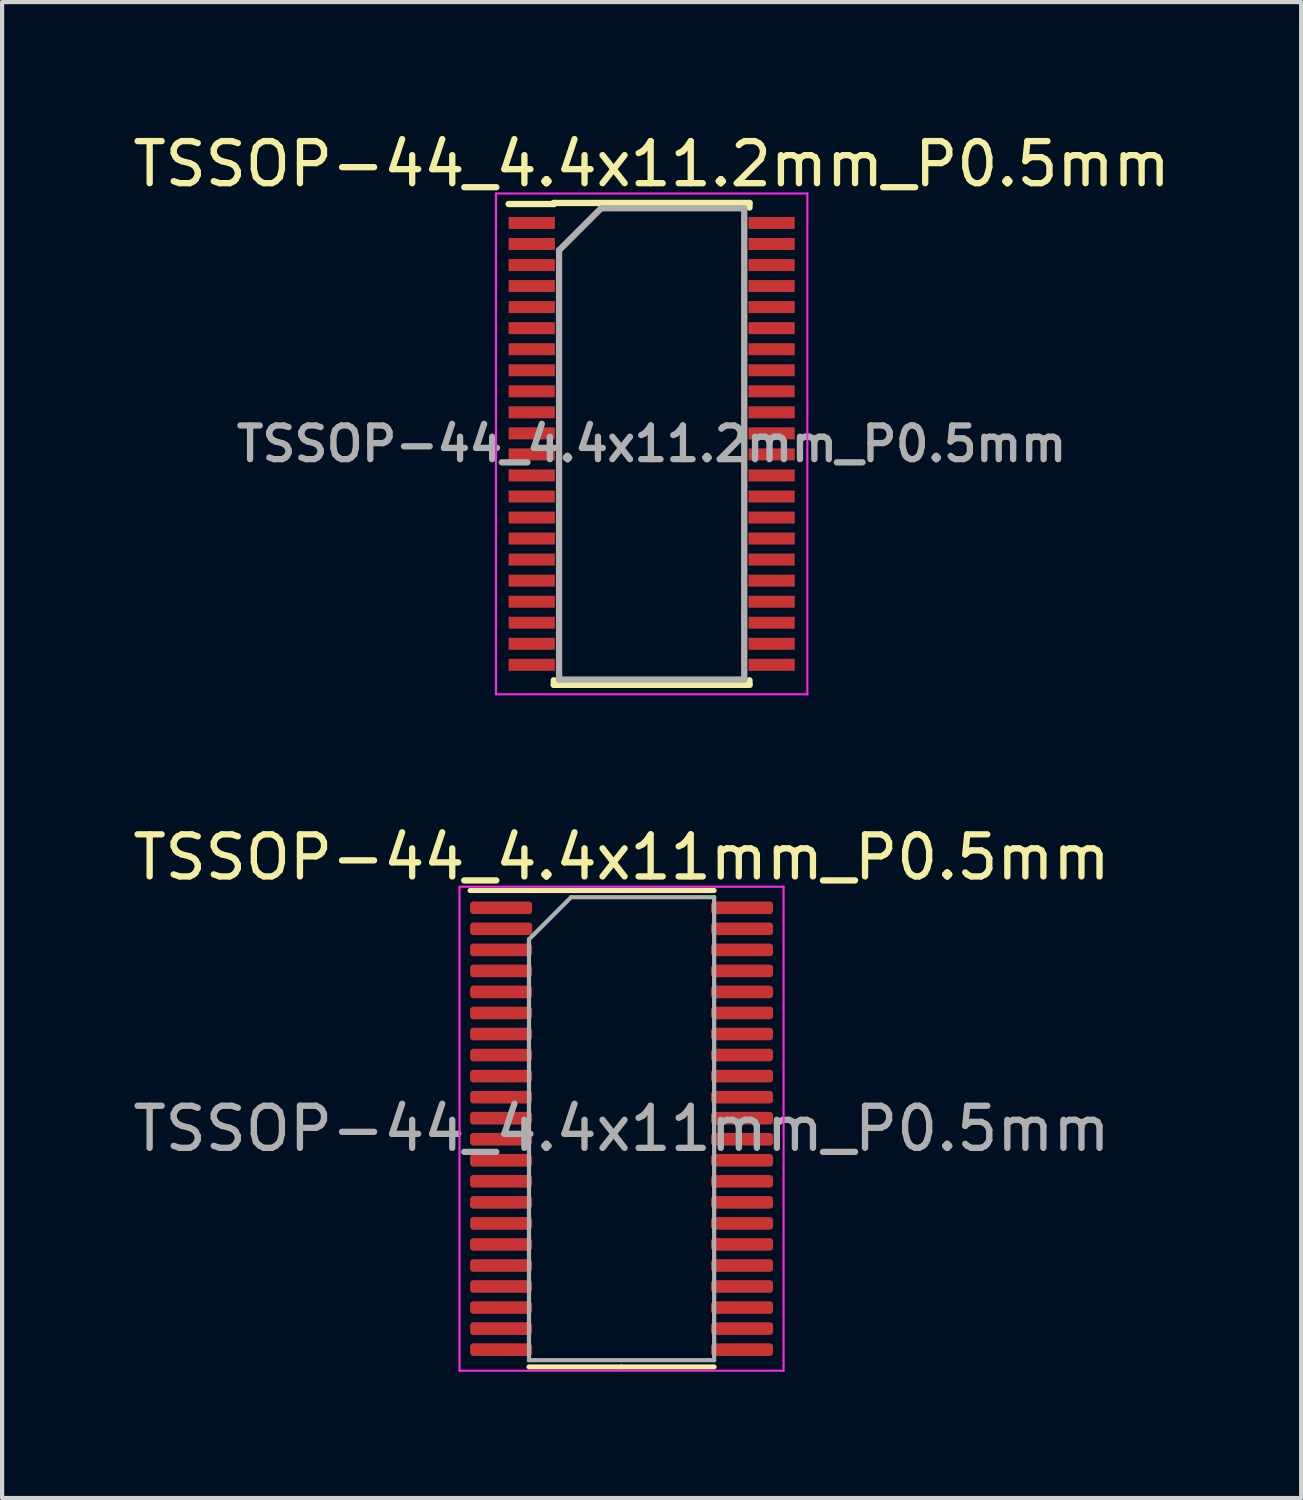
<source format=kicad_pcb>
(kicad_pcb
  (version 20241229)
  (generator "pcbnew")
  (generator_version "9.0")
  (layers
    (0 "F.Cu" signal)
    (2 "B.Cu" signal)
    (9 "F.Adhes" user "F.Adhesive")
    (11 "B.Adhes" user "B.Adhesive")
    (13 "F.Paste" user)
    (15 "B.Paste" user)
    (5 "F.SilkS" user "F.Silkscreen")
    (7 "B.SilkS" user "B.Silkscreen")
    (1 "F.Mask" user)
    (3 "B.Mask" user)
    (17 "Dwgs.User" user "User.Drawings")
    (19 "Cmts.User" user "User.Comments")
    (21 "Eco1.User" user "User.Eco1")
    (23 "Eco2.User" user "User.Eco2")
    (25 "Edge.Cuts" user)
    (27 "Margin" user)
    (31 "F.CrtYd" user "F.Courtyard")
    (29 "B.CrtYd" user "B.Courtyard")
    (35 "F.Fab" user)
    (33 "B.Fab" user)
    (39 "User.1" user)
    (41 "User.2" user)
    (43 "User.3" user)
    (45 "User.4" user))
  (footprint "TSSOP-44_4.4x11.2mm_P0.5mm"
    (layer "F.Cu")
    (at 12.435 7.498)
    (property "Reference" "TSSOP-44_4.4x11.2mm_P0.5mm" (at 0 -6.65 0) (layer "F.SilkS") (effects (font (size 1 1) (thickness 0.15))))
    (attr smd)
    (fp_line (start -2.325 -5.725) (end -2.325 -5.7) (stroke (width 0.15) (type solid)) (layer "F.SilkS"))
    (fp_line (start -2.325 -5.725) (end 2.325 -5.725) (stroke (width 0.15) (type solid)) (layer "F.SilkS"))
    (fp_line (start -2.325 -5.7) (end -3.4 -5.7) (stroke (width 0.15) (type solid)) (layer "F.SilkS"))
    (fp_line (start -2.325 5.725) (end -2.325 5.617) (stroke (width 0.15) (type solid)) (layer "F.SilkS"))
    (fp_line (start -2.325 5.725) (end 2.325 5.725) (stroke (width 0.15) (type solid)) (layer "F.SilkS"))
    (fp_line (start 2.325 -5.725) (end 2.325 -5.617) (stroke (width 0.15) (type solid)) (layer "F.SilkS"))
    (fp_line (start 2.325 5.725) (end 2.325 5.617) (stroke (width 0.15) (type solid)) (layer "F.SilkS"))
    (fp_line (start -3.7 -5.95) (end -3.7 5.95) (stroke (width 0.05) (type solid)) (layer "F.CrtYd"))
    (fp_line (start -3.7 -5.95) (end 3.7 -5.95) (stroke (width 0.05) (type solid)) (layer "F.CrtYd"))
    (fp_line (start -3.7 5.95) (end 3.7 5.95) (stroke (width 0.05) (type solid)) (layer "F.CrtYd"))
    (fp_line (start 3.7 -5.95) (end 3.7 5.95) (stroke (width 0.05) (type solid)) (layer "F.CrtYd"))
    (fp_line (start -2.2 -4.6) (end -1.2 -5.6) (stroke (width 0.15) (type solid)) (layer "F.Fab"))
    (fp_line (start -2.2 5.6) (end -2.2 -4.6) (stroke (width 0.15) (type solid)) (layer "F.Fab"))
    (fp_line (start -1.2 -5.6) (end 2.2 -5.6) (stroke (width 0.15) (type solid)) (layer "F.Fab"))
    (fp_line (start 2.2 -5.6) (end 2.2 5.6) (stroke (width 0.15) (type solid)) (layer "F.Fab"))
    (fp_line (start 2.2 5.6) (end -2.2 5.6) (stroke (width 0.15) (type solid)) (layer "F.Fab"))
    (fp_text user "${REFERENCE}" (at 0 0 0) (layer "F.Fab") (effects (font (size 0.8 0.8) (thickness 0.15))))
    (pad "1" smd rect (at -2.85 -5.25) (size 1.1 0.285) (layers "F.Cu" "F.Mask" "F.Paste"))
    (pad "2" smd rect (at -2.85 -4.75) (size 1.1 0.285) (layers "F.Cu" "F.Mask" "F.Paste"))
    (pad "3" smd rect (at -2.85 -4.25) (size 1.1 0.285) (layers "F.Cu" "F.Mask" "F.Paste"))
    (pad "4" smd rect (at -2.85 -3.75) (size 1.1 0.285) (layers "F.Cu" "F.Mask" "F.Paste"))
    (pad "5" smd rect (at -2.85 -3.25) (size 1.1 0.285) (layers "F.Cu" "F.Mask" "F.Paste"))
    (pad "6" smd rect (at -2.85 -2.75) (size 1.1 0.285) (layers "F.Cu" "F.Mask" "F.Paste"))
    (pad "7" smd rect (at -2.85 -2.25) (size 1.1 0.285) (layers "F.Cu" "F.Mask" "F.Paste"))
    (pad "8" smd rect (at -2.85 -1.75) (size 1.1 0.285) (layers "F.Cu" "F.Mask" "F.Paste"))
    (pad "9" smd rect (at -2.85 -1.25) (size 1.1 0.285) (layers "F.Cu" "F.Mask" "F.Paste"))
    (pad "10" smd rect (at -2.85 -0.75) (size 1.1 0.285) (layers "F.Cu" "F.Mask" "F.Paste"))
    (pad "11" smd rect (at -2.85 -0.25) (size 1.1 0.285) (layers "F.Cu" "F.Mask" "F.Paste"))
    (pad "12" smd rect (at -2.85 0.25) (size 1.1 0.285) (layers "F.Cu" "F.Mask" "F.Paste"))
    (pad "13" smd rect (at -2.85 0.75) (size 1.1 0.285) (layers "F.Cu" "F.Mask" "F.Paste"))
    (pad "14" smd rect (at -2.85 1.25) (size 1.1 0.285) (layers "F.Cu" "F.Mask" "F.Paste"))
    (pad "15" smd rect (at -2.85 1.75) (size 1.1 0.285) (layers "F.Cu" "F.Mask" "F.Paste"))
    (pad "16" smd rect (at -2.85 2.25) (size 1.1 0.285) (layers "F.Cu" "F.Mask" "F.Paste"))
    (pad "17" smd rect (at -2.85 2.75) (size 1.1 0.285) (layers "F.Cu" "F.Mask" "F.Paste"))
    (pad "18" smd rect (at -2.85 3.25) (size 1.1 0.285) (layers "F.Cu" "F.Mask" "F.Paste"))
    (pad "19" smd rect (at -2.85 3.75) (size 1.1 0.285) (layers "F.Cu" "F.Mask" "F.Paste"))
    (pad "20" smd rect (at -2.85 4.25) (size 1.1 0.285) (layers "F.Cu" "F.Mask" "F.Paste"))
    (pad "21" smd rect (at -2.85 4.75) (size 1.1 0.285) (layers "F.Cu" "F.Mask" "F.Paste"))
    (pad "22" smd rect (at -2.85 5.25) (size 1.1 0.285) (layers "F.Cu" "F.Mask" "F.Paste"))
    (pad "23" smd rect (at 2.85 5.25) (size 1.1 0.285) (layers "F.Cu" "F.Mask" "F.Paste"))
    (pad "24" smd rect (at 2.85 4.75) (size 1.1 0.285) (layers "F.Cu" "F.Mask" "F.Paste"))
    (pad "25" smd rect (at 2.85 4.25) (size 1.1 0.285) (layers "F.Cu" "F.Mask" "F.Paste"))
    (pad "26" smd rect (at 2.85 3.75) (size 1.1 0.285) (layers "F.Cu" "F.Mask" "F.Paste"))
    (pad "27" smd rect (at 2.85 3.25) (size 1.1 0.285) (layers "F.Cu" "F.Mask" "F.Paste"))
    (pad "28" smd rect (at 2.85 2.75) (size 1.1 0.285) (layers "F.Cu" "F.Mask" "F.Paste"))
    (pad "29" smd rect (at 2.85 2.25) (size 1.1 0.285) (layers "F.Cu" "F.Mask" "F.Paste"))
    (pad "30" smd rect (at 2.85 1.75) (size 1.1 0.285) (layers "F.Cu" "F.Mask" "F.Paste"))
    (pad "31" smd rect (at 2.85 1.25) (size 1.1 0.285) (layers "F.Cu" "F.Mask" "F.Paste"))
    (pad "32" smd rect (at 2.85 0.75) (size 1.1 0.285) (layers "F.Cu" "F.Mask" "F.Paste"))
    (pad "33" smd rect (at 2.85 0.25) (size 1.1 0.285) (layers "F.Cu" "F.Mask" "F.Paste"))
    (pad "34" smd rect (at 2.85 -0.25) (size 1.1 0.285) (layers "F.Cu" "F.Mask" "F.Paste"))
    (pad "35" smd rect (at 2.85 -0.75) (size 1.1 0.285) (layers "F.Cu" "F.Mask" "F.Paste"))
    (pad "36" smd rect (at 2.85 -1.25) (size 1.1 0.285) (layers "F.Cu" "F.Mask" "F.Paste"))
    (pad "37" smd rect (at 2.85 -1.75) (size 1.1 0.285) (layers "F.Cu" "F.Mask" "F.Paste"))
    (pad "38" smd rect (at 2.85 -2.25) (size 1.1 0.285) (layers "F.Cu" "F.Mask" "F.Paste"))
    (pad "39" smd rect (at 2.85 -2.75) (size 1.1 0.285) (layers "F.Cu" "F.Mask" "F.Paste"))
    (pad "40" smd rect (at 2.85 -3.25) (size 1.1 0.285) (layers "F.Cu" "F.Mask" "F.Paste"))
    (pad "41" smd rect (at 2.85 -3.75) (size 1.1 0.285) (layers "F.Cu" "F.Mask" "F.Paste"))
    (pad "42" smd rect (at 2.85 -4.25) (size 1.1 0.285) (layers "F.Cu" "F.Mask" "F.Paste"))
    (pad "43" smd rect (at 2.85 -4.75) (size 1.1 0.285) (layers "F.Cu" "F.Mask" "F.Paste"))
    (pad "44" smd rect (at 2.85 -5.25) (size 1.1 0.285) (layers "F.Cu" "F.Mask" "F.Paste")))
  (footprint "TSSOP-44_4.4x11mm_P0.5mm"
    (layer "F.Cu")
    (at 11.72 23.771)
    (property "Reference" "TSSOP-44_4.4x11mm_P0.5mm" (at 0 -6.45 0) (layer "F.SilkS") (effects (font (size 1 1) (thickness 0.15))))
    (attr smd)
    (fp_line (start 0 -5.66) (end -3.6 -5.66) (stroke (width 0.12) (type solid)) (layer "F.SilkS"))
    (fp_line (start 0 -5.66) (end 2.2 -5.66) (stroke (width 0.12) (type solid)) (layer "F.SilkS"))
    (fp_line (start 0 5.66) (end -2.2 5.66) (stroke (width 0.12) (type solid)) (layer "F.SilkS"))
    (fp_line (start 0 5.66) (end 2.2 5.66) (stroke (width 0.12) (type solid)) (layer "F.SilkS"))
    (fp_line (start -3.85 -5.75) (end -3.85 5.75) (stroke (width 0.05) (type solid)) (layer "F.CrtYd"))
    (fp_line (start -3.85 5.75) (end 3.85 5.75) (stroke (width 0.05) (type solid)) (layer "F.CrtYd"))
    (fp_line (start 3.85 -5.75) (end -3.85 -5.75) (stroke (width 0.05) (type solid)) (layer "F.CrtYd"))
    (fp_line (start 3.85 5.75) (end 3.85 -5.75) (stroke (width 0.05) (type solid)) (layer "F.CrtYd"))
    (fp_line (start -2.2 -4.5) (end -1.2 -5.5) (stroke (width 0.1) (type solid)) (layer "F.Fab"))
    (fp_line (start -2.2 5.5) (end -2.2 -4.5) (stroke (width 0.1) (type solid)) (layer "F.Fab"))
    (fp_line (start -1.2 -5.5) (end 2.2 -5.5) (stroke (width 0.1) (type solid)) (layer "F.Fab"))
    (fp_line (start 2.2 -5.5) (end 2.2 5.5) (stroke (width 0.1) (type solid)) (layer "F.Fab"))
    (fp_line (start 2.2 5.5) (end -2.2 5.5) (stroke (width 0.1) (type solid)) (layer "F.Fab"))
    (fp_text user "${REFERENCE}" (at 0 0 0) (layer "F.Fab") (effects (font (size 1 1) (thickness 0.15))))
    (pad "1" smd roundrect (at -2.862 -5.25) (size 1.475 0.3) (layers "F.Cu" "F.Mask" "F.Paste") (roundrect_rratio 0.25))
    (pad "2" smd roundrect (at -2.862 -4.75) (size 1.475 0.3) (layers "F.Cu" "F.Mask" "F.Paste") (roundrect_rratio 0.25))
    (pad "3" smd roundrect (at -2.862 -4.25) (size 1.475 0.3) (layers "F.Cu" "F.Mask" "F.Paste") (roundrect_rratio 0.25))
    (pad "4" smd roundrect (at -2.862 -3.75) (size 1.475 0.3) (layers "F.Cu" "F.Mask" "F.Paste") (roundrect_rratio 0.25))
    (pad "5" smd roundrect (at -2.862 -3.25) (size 1.475 0.3) (layers "F.Cu" "F.Mask" "F.Paste") (roundrect_rratio 0.25))
    (pad "6" smd roundrect (at -2.862 -2.75) (size 1.475 0.3) (layers "F.Cu" "F.Mask" "F.Paste") (roundrect_rratio 0.25))
    (pad "7" smd roundrect (at -2.862 -2.25) (size 1.475 0.3) (layers "F.Cu" "F.Mask" "F.Paste") (roundrect_rratio 0.25))
    (pad "8" smd roundrect (at -2.862 -1.75) (size 1.475 0.3) (layers "F.Cu" "F.Mask" "F.Paste") (roundrect_rratio 0.25))
    (pad "9" smd roundrect (at -2.862 -1.25) (size 1.475 0.3) (layers "F.Cu" "F.Mask" "F.Paste") (roundrect_rratio 0.25))
    (pad "10" smd roundrect (at -2.862 -0.75) (size 1.475 0.3) (layers "F.Cu" "F.Mask" "F.Paste") (roundrect_rratio 0.25))
    (pad "11" smd roundrect (at -2.862 -0.25) (size 1.475 0.3) (layers "F.Cu" "F.Mask" "F.Paste") (roundrect_rratio 0.25))
    (pad "12" smd roundrect (at -2.862 0.25) (size 1.475 0.3) (layers "F.Cu" "F.Mask" "F.Paste") (roundrect_rratio 0.25))
    (pad "13" smd roundrect (at -2.862 0.75) (size 1.475 0.3) (layers "F.Cu" "F.Mask" "F.Paste") (roundrect_rratio 0.25))
    (pad "14" smd roundrect (at -2.862 1.25) (size 1.475 0.3) (layers "F.Cu" "F.Mask" "F.Paste") (roundrect_rratio 0.25))
    (pad "15" smd roundrect (at -2.862 1.75) (size 1.475 0.3) (layers "F.Cu" "F.Mask" "F.Paste") (roundrect_rratio 0.25))
    (pad "16" smd roundrect (at -2.862 2.25) (size 1.475 0.3) (layers "F.Cu" "F.Mask" "F.Paste") (roundrect_rratio 0.25))
    (pad "17" smd roundrect (at -2.862 2.75) (size 1.475 0.3) (layers "F.Cu" "F.Mask" "F.Paste") (roundrect_rratio 0.25))
    (pad "18" smd roundrect (at -2.862 3.25) (size 1.475 0.3) (layers "F.Cu" "F.Mask" "F.Paste") (roundrect_rratio 0.25))
    (pad "19" smd roundrect (at -2.862 3.75) (size 1.475 0.3) (layers "F.Cu" "F.Mask" "F.Paste") (roundrect_rratio 0.25))
    (pad "20" smd roundrect (at -2.862 4.25) (size 1.475 0.3) (layers "F.Cu" "F.Mask" "F.Paste") (roundrect_rratio 0.25))
    (pad "21" smd roundrect (at -2.862 4.75) (size 1.475 0.3) (layers "F.Cu" "F.Mask" "F.Paste") (roundrect_rratio 0.25))
    (pad "22" smd roundrect (at -2.862 5.25) (size 1.475 0.3) (layers "F.Cu" "F.Mask" "F.Paste") (roundrect_rratio 0.25))
    (pad "23" smd roundrect (at 2.862 5.25) (size 1.475 0.3) (layers "F.Cu" "F.Mask" "F.Paste") (roundrect_rratio 0.25))
    (pad "24" smd roundrect (at 2.862 4.75) (size 1.475 0.3) (layers "F.Cu" "F.Mask" "F.Paste") (roundrect_rratio 0.25))
    (pad "25" smd roundrect (at 2.862 4.25) (size 1.475 0.3) (layers "F.Cu" "F.Mask" "F.Paste") (roundrect_rratio 0.25))
    (pad "26" smd roundrect (at 2.862 3.75) (size 1.475 0.3) (layers "F.Cu" "F.Mask" "F.Paste") (roundrect_rratio 0.25))
    (pad "27" smd roundrect (at 2.862 3.25) (size 1.475 0.3) (layers "F.Cu" "F.Mask" "F.Paste") (roundrect_rratio 0.25))
    (pad "28" smd roundrect (at 2.862 2.75) (size 1.475 0.3) (layers "F.Cu" "F.Mask" "F.Paste") (roundrect_rratio 0.25))
    (pad "29" smd roundrect (at 2.862 2.25) (size 1.475 0.3) (layers "F.Cu" "F.Mask" "F.Paste") (roundrect_rratio 0.25))
    (pad "30" smd roundrect (at 2.862 1.75) (size 1.475 0.3) (layers "F.Cu" "F.Mask" "F.Paste") (roundrect_rratio 0.25))
    (pad "31" smd roundrect (at 2.862 1.25) (size 1.475 0.3) (layers "F.Cu" "F.Mask" "F.Paste") (roundrect_rratio 0.25))
    (pad "32" smd roundrect (at 2.862 0.75) (size 1.475 0.3) (layers "F.Cu" "F.Mask" "F.Paste") (roundrect_rratio 0.25))
    (pad "33" smd roundrect (at 2.862 0.25) (size 1.475 0.3) (layers "F.Cu" "F.Mask" "F.Paste") (roundrect_rratio 0.25))
    (pad "34" smd roundrect (at 2.862 -0.25) (size 1.475 0.3) (layers "F.Cu" "F.Mask" "F.Paste") (roundrect_rratio 0.25))
    (pad "35" smd roundrect (at 2.862 -0.75) (size 1.475 0.3) (layers "F.Cu" "F.Mask" "F.Paste") (roundrect_rratio 0.25))
    (pad "36" smd roundrect (at 2.862 -1.25) (size 1.475 0.3) (layers "F.Cu" "F.Mask" "F.Paste") (roundrect_rratio 0.25))
    (pad "37" smd roundrect (at 2.862 -1.75) (size 1.475 0.3) (layers "F.Cu" "F.Mask" "F.Paste") (roundrect_rratio 0.25))
    (pad "38" smd roundrect (at 2.862 -2.25) (size 1.475 0.3) (layers "F.Cu" "F.Mask" "F.Paste") (roundrect_rratio 0.25))
    (pad "39" smd roundrect (at 2.862 -2.75) (size 1.475 0.3) (layers "F.Cu" "F.Mask" "F.Paste") (roundrect_rratio 0.25))
    (pad "40" smd roundrect (at 2.862 -3.25) (size 1.475 0.3) (layers "F.Cu" "F.Mask" "F.Paste") (roundrect_rratio 0.25))
    (pad "41" smd roundrect (at 2.862 -3.75) (size 1.475 0.3) (layers "F.Cu" "F.Mask" "F.Paste") (roundrect_rratio 0.25))
    (pad "42" smd roundrect (at 2.862 -4.25) (size 1.475 0.3) (layers "F.Cu" "F.Mask" "F.Paste") (roundrect_rratio 0.25))
    (pad "43" smd roundrect (at 2.862 -4.75) (size 1.475 0.3) (layers "F.Cu" "F.Mask" "F.Paste") (roundrect_rratio 0.25))
    (pad "44" smd roundrect (at 2.862 -5.25) (size 1.475 0.3) (layers "F.Cu" "F.Mask" "F.Paste") (roundrect_rratio 0.25)))
  (gr_rect
    (start -3 -3)
    (end 27.869 32.547)
    (stroke (width 0.1) (type default))
    (fill no)
    (layer "Edge.Cuts")))
</source>
